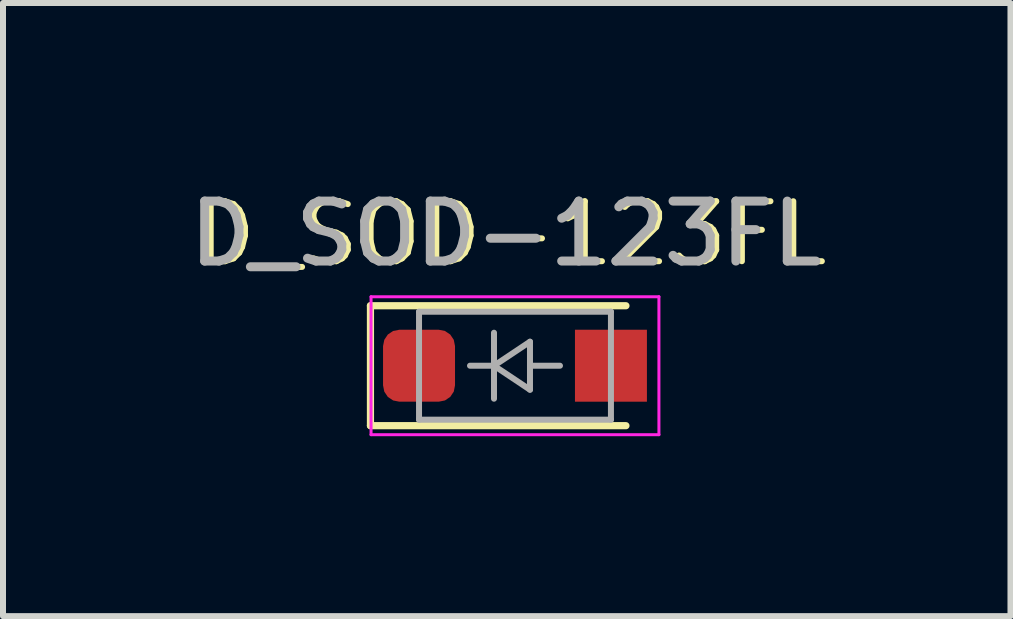
<source format=kicad_pcb>
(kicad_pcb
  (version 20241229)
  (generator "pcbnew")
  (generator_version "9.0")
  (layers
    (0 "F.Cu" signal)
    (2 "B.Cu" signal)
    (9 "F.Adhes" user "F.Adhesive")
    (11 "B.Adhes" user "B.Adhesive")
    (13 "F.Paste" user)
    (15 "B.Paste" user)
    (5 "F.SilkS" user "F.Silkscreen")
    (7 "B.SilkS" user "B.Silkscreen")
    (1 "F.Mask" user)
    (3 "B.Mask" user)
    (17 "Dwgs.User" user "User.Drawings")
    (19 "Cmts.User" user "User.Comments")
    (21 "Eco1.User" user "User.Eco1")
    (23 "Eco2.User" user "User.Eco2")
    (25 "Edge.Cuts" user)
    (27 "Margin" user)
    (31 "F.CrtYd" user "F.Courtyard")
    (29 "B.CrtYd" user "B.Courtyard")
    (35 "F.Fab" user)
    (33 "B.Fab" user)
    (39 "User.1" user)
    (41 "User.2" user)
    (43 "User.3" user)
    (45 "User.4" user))
  (footprint "D_SOD-123FL"
    (layer "F.Cu")
    (at 5.487 3.048)
    (property "Reference" "D_SOD-123FL" (at 0 -2.2 0) (unlocked yes) (layer "F.SilkS") (effects (font (size 1 1) (thickness 0.1))))
    (attr smd)
    (fp_line (start -2.36 -1) (end -2.36 1) (stroke (width 0.12) (type solid)) (layer "F.SilkS"))
    (fp_line (start -2.36 -1) (end 1.9 -1) (stroke (width 0.12) (type solid)) (layer "F.SilkS"))
    (fp_line (start -2.36 1) (end 1.9 1) (stroke (width 0.12) (type solid)) (layer "F.SilkS"))
    (fp_line (start -2.35 -1.15) (end -2.35 1.15) (stroke (width 0.05) (type solid)) (layer "F.CrtYd"))
    (fp_line (start -2.35 -1.15) (end 2.45 -1.15) (stroke (width 0.05) (type solid)) (layer "F.CrtYd"))
    (fp_line (start 2.45 -1.15) (end 2.45 1.15) (stroke (width 0.05) (type solid)) (layer "F.CrtYd"))
    (fp_line (start 2.45 1.15) (end -2.35 1.15) (stroke (width 0.05) (type solid)) (layer "F.CrtYd"))
    (fp_line (start -1.55 -0.9) (end 1.65 -0.9) (stroke (width 0.1) (type solid)) (layer "F.Fab"))
    (fp_line (start -1.55 0.9) (end -1.55 -0.9) (stroke (width 0.1) (type solid)) (layer "F.Fab"))
    (fp_line (start -0.7 0) (end -0.3 0) (stroke (width 0.1) (type solid)) (layer "F.Fab"))
    (fp_line (start -0.3 0) (end -0.3 -0.55) (stroke (width 0.1) (type solid)) (layer "F.Fab"))
    (fp_line (start -0.3 0) (end -0.3 0.55) (stroke (width 0.1) (type solid)) (layer "F.Fab"))
    (fp_line (start -0.3 0) (end 0.3 -0.4) (stroke (width 0.1) (type solid)) (layer "F.Fab"))
    (fp_line (start 0.3 -0.4) (end 0.3 0.4) (stroke (width 0.1) (type solid)) (layer "F.Fab"))
    (fp_line (start 0.3 0) (end 0.8 0) (stroke (width 0.1) (type solid)) (layer "F.Fab"))
    (fp_line (start 0.3 0.4) (end -0.3 0) (stroke (width 0.1) (type solid)) (layer "F.Fab"))
    (fp_line (start 1.65 -0.9) (end 1.65 0.9) (stroke (width 0.1) (type solid)) (layer "F.Fab"))
    (fp_line (start 1.65 0.9) (end -1.55 0.9) (stroke (width 0.1) (type solid)) (layer "F.Fab"))
    (fp_text user "${REFERENCE}" (at -0.1 -2.2 0) (unlocked yes) (layer "F.Fab") (effects (font (size 1 1) (thickness 0.15))))
    (pad "1" smd roundrect (at -1.55 0) (size 1.2 1.2) (layers "F.Cu" "F.Mask" "F.Paste") (roundrect_rratio 0.227))
    (pad "2" smd rect (at 1.65 0) (size 1.2 1.2) (layers "F.Cu" "F.Mask" "F.Paste")))
  (gr_rect
    (start -3 -3)
    (end 13.799 7.223)
    (stroke (width 0.1) (type default))
    (fill no)
    (layer "Edge.Cuts")))
</source>
